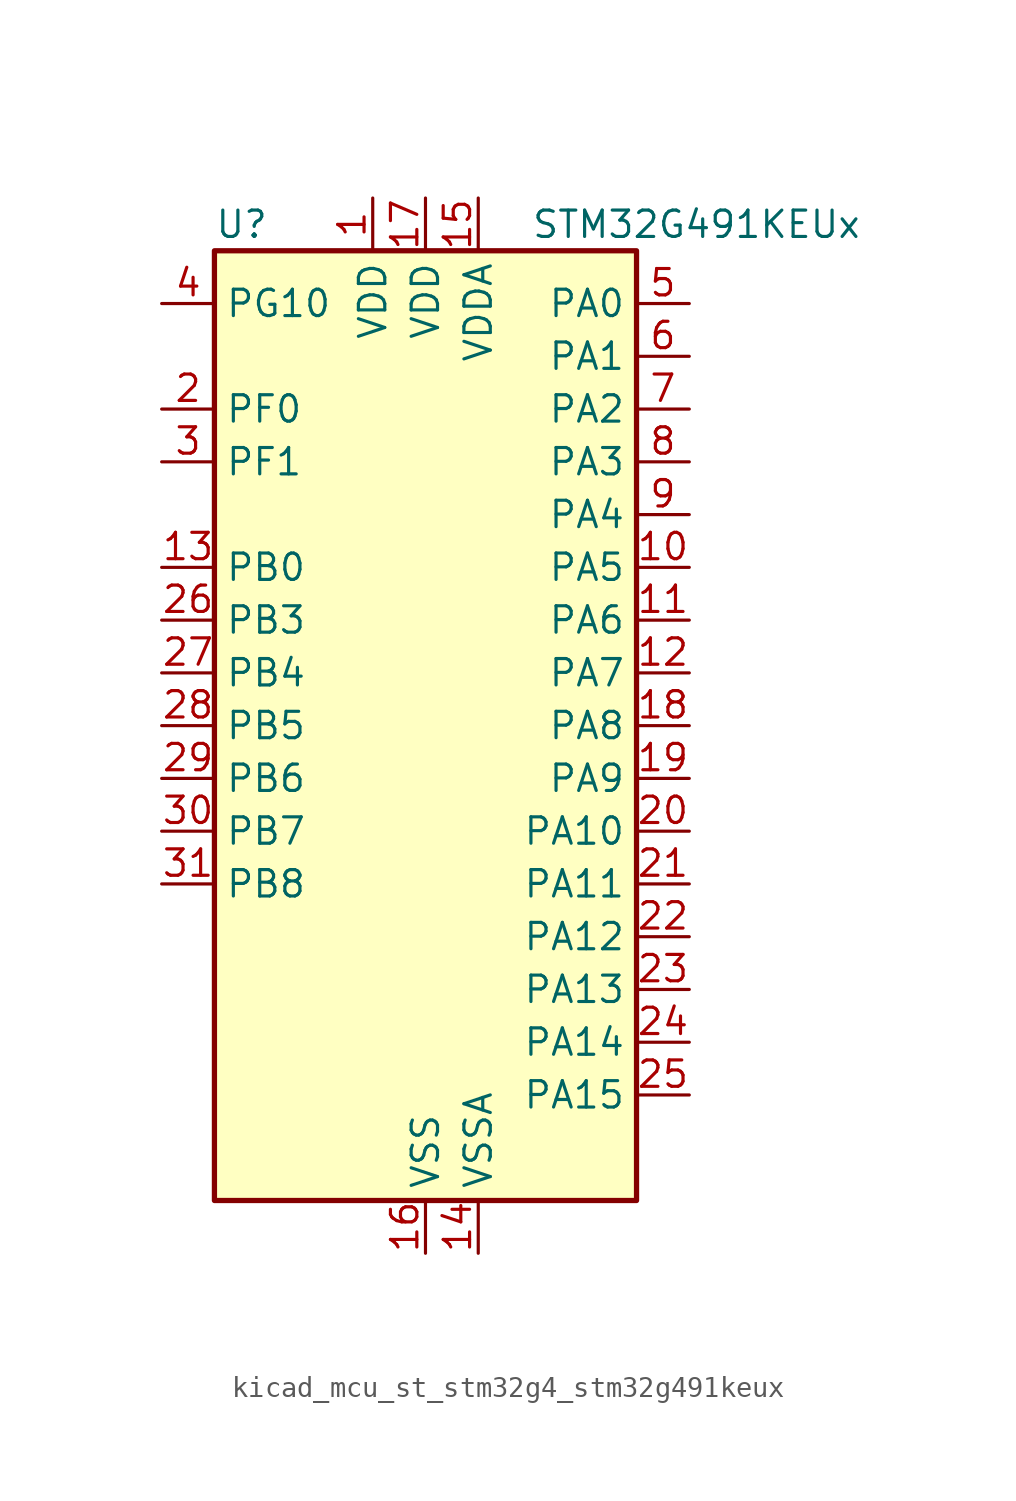
<source format=kicad_sym>
(kicad_symbol_lib
  (version 20220914)
  (generator kicad_symbol_editor)
  (symbol "kicad_mcu_st_stm32g4_stm32g491keux"
    (property "Reference" "U"
      (at -10.16 24.13 0)
      (effects (font (size 1.27 1.27)) (justify left)))
    (property "Value" "STM32G491KEUx"
      (at 5.08 24.13 0)
      (effects (font (size 1.27 1.27)) (justify left)))
    (property "ki_locked" ""
      (at 0 0 0)
      (effects (font (size 1.27 1.27))))
    (symbol "kicad_mcu_st_stm32g4_stm32g491keux_0_1"
      (rectangle (start -10.16 -22.86) (end 10.16 22.86) (stroke (width 0.254) (type default)) (fill (type background))))
    (symbol "kicad_mcu_st_stm32g4_stm32g491keux_1_1"
      (pin power_in line (at -2.54 25.4 270) (length 2.54) (name "VDD" (effects (font (size 1.27 1.27)))) (number "1" (effects (font (size 1.27 1.27)))))
      (pin bidirectional line (at 12.7 7.62 180) (length 2.54) (name "PA5" (effects (font (size 1.27 1.27)))) (number "10" (effects (font (size 1.27 1.27)))) (alternate "ADC2_IN13" bidirectional line) (alternate "COMP2_INM" bidirectional line) (alternate "DAC1_OUT2" bidirectional line) (alternate "OPAMP2_VINM" bidirectional line) (alternate "OPAMP2_VINM0" bidirectional line) (alternate "OPAMP2_VINM_SEC" bidirectional line) (alternate "SPI1_SCK" bidirectional line) (alternate "TIM2_CH1" bidirectional line) (alternate "TIM2_ETR" bidirectional line) (alternate "UCPD1_FRSTX1" bidirectional line) (alternate "UCPD1_FRSTX2" bidirectional line))
      (pin bidirectional line (at 12.7 5.08 180) (length 2.54) (name "PA6" (effects (font (size 1.27 1.27)))) (number "11" (effects (font (size 1.27 1.27)))) (alternate "ADC2_IN3" bidirectional line) (alternate "COMP1_OUT" bidirectional line) (alternate "LPUART1_CTS" bidirectional line) (alternate "OPAMP2_VOUT" bidirectional line) (alternate "QUADSPI1_BK1_IO3" bidirectional line) (alternate "SPI1_MISO" bidirectional line) (alternate "TIM16_CH1" bidirectional line) (alternate "TIM1_BKIN" bidirectional line) (alternate "TIM3_CH1" bidirectional line) (alternate "TIM8_BKIN" bidirectional line))
      (pin bidirectional line (at 12.7 2.54 180) (length 2.54) (name "PA7" (effects (font (size 1.27 1.27)))) (number "12" (effects (font (size 1.27 1.27)))) (alternate "ADC2_IN4" bidirectional line) (alternate "COMP2_INP" bidirectional line) (alternate "COMP2_OUT" bidirectional line) (alternate "OPAMP1_VINP" bidirectional line) (alternate "OPAMP1_VINP_SEC" bidirectional line) (alternate "OPAMP2_VINP" bidirectional line) (alternate "OPAMP2_VINP_SEC" bidirectional line) (alternate "QUADSPI1_BK1_IO2" bidirectional line) (alternate "SPI1_MOSI" bidirectional line) (alternate "TIM17_CH1" bidirectional line) (alternate "TIM1_CH1N" bidirectional line) (alternate "TIM3_CH2" bidirectional line) (alternate "TIM8_CH1N" bidirectional line) (alternate "UCPD1_FRSTX1" bidirectional line) (alternate "UCPD1_FRSTX2" bidirectional line))
      (pin bidirectional line (at -12.7 7.62 0) (length 2.54) (name "PB0" (effects (font (size 1.27 1.27)))) (number "13" (effects (font (size 1.27 1.27)))) (alternate "ADC1_IN15" bidirectional line) (alternate "ADC3_IN12" bidirectional line) (alternate "COMP4_INP" bidirectional line) (alternate "OPAMP2_VINP" bidirectional line) (alternate "OPAMP2_VINP_SEC" bidirectional line) (alternate "OPAMP3_VINP" bidirectional line) (alternate "OPAMP3_VINP_SEC" bidirectional line) (alternate "QUADSPI1_BK1_IO1" bidirectional line) (alternate "TIM1_CH2N" bidirectional line) (alternate "TIM3_CH3" bidirectional line) (alternate "TIM8_CH2N" bidirectional line) (alternate "UCPD1_FRSTX1" bidirectional line) (alternate "UCPD1_FRSTX2" bidirectional line))
      (pin power_in line (at 2.54 -25.4 90) (length 2.54) (name "VSSA" (effects (font (size 1.27 1.27)))) (number "14" (effects (font (size 1.27 1.27)))))
      (pin power_in line (at 2.54 25.4 270) (length 2.54) (name "VDDA" (effects (font (size 1.27 1.27)))) (number "15" (effects (font (size 1.27 1.27)))))
      (pin power_in line (at 0 -25.4 90) (length 2.54) (name "VSS" (effects (font (size 1.27 1.27)))) (number "16" (effects (font (size 1.27 1.27)))))
      (pin power_in line (at 0 25.4 270) (length 2.54) (name "VDD" (effects (font (size 1.27 1.27)))) (number "17" (effects (font (size 1.27 1.27)))))
      (pin bidirectional line (at 12.7 0 180) (length 2.54) (name "PA8" (effects (font (size 1.27 1.27)))) (number "18" (effects (font (size 1.27 1.27)))) (alternate "I2C2_SDA" bidirectional line) (alternate "I2C3_SCL" bidirectional line) (alternate "I2S2_MCK" bidirectional line) (alternate "RCC_MCO" bidirectional line) (alternate "SAI1_CK2" bidirectional line) (alternate "SAI1_SCK_A" bidirectional line) (alternate "TIM1_CH1" bidirectional line) (alternate "TIM4_ETR" bidirectional line) (alternate "USART1_CK" bidirectional line))
      (pin bidirectional line (at 12.7 -2.54 180) (length 2.54) (name "PA9" (effects (font (size 1.27 1.27)))) (number "19" (effects (font (size 1.27 1.27)))) (alternate "DAC1_EXTI9" bidirectional line) (alternate "DAC3_EXTI9" bidirectional line) (alternate "I2C2_SCL" bidirectional line) (alternate "I2C3_SMBA" bidirectional line) (alternate "I2S3_MCK" bidirectional line) (alternate "SAI1_FS_A" bidirectional line) (alternate "TIM15_BKIN" bidirectional line) (alternate "TIM1_CH2" bidirectional line) (alternate "TIM2_CH3" bidirectional line) (alternate "UCPD1_DBCC1" bidirectional line) (alternate "USART1_TX" bidirectional line))
      (pin bidirectional line (at -12.7 15.24 0) (length 2.54) (name "PF0" (effects (font (size 1.27 1.27)))) (number "2" (effects (font (size 1.27 1.27)))) (alternate "ADC1_IN10" bidirectional line) (alternate "I2C2_SDA" bidirectional line) (alternate "I2S2_WS" bidirectional line) (alternate "RCC_OSC_IN" bidirectional line) (alternate "SPI2_NSS" bidirectional line) (alternate "TIM1_CH3N" bidirectional line))
      (pin bidirectional line (at 12.7 -5.08 180) (length 2.54) (name "PA10" (effects (font (size 1.27 1.27)))) (number "20" (effects (font (size 1.27 1.27)))) (alternate "CRS_SYNC" bidirectional line) (alternate "DAC1_EXTI10" bidirectional line) (alternate "DAC3_EXTI10" bidirectional line) (alternate "I2C2_SMBA" bidirectional line) (alternate "SAI1_D1" bidirectional line) (alternate "SAI1_SD_A" bidirectional line) (alternate "SPI2_MISO" bidirectional line) (alternate "TIM17_BKIN" bidirectional line) (alternate "TIM1_CH3" bidirectional line) (alternate "TIM2_CH4" bidirectional line) (alternate "TIM8_BKIN" bidirectional line) (alternate "UCPD1_DBCC2" bidirectional line) (alternate "USART1_RX" bidirectional line))
      (pin bidirectional line (at 12.7 -7.62 180) (length 2.54) (name "PA11" (effects (font (size 1.27 1.27)))) (number "21" (effects (font (size 1.27 1.27)))) (alternate "ADC1_EXTI11" bidirectional line) (alternate "ADC2_EXTI11" bidirectional line) (alternate "COMP1_OUT" bidirectional line) (alternate "FDCAN1_RX" bidirectional line) (alternate "I2S2_SD" bidirectional line) (alternate "SPI2_MOSI" bidirectional line) (alternate "TIM1_BKIN2" bidirectional line) (alternate "TIM1_CH1N" bidirectional line) (alternate "TIM1_CH4" bidirectional line) (alternate "TIM4_CH1" bidirectional line) (alternate "USART1_CTS" bidirectional line) (alternate "USART1_NSS" bidirectional line) (alternate "USB_DM" bidirectional line))
      (pin bidirectional line (at 12.7 -10.16 180) (length 2.54) (name "PA12" (effects (font (size 1.27 1.27)))) (number "22" (effects (font (size 1.27 1.27)))) (alternate "COMP2_OUT" bidirectional line) (alternate "FDCAN1_TX" bidirectional line) (alternate "I2S_CKIN" bidirectional line) (alternate "TIM16_CH1" bidirectional line) (alternate "TIM1_CH2N" bidirectional line) (alternate "TIM1_ETR" bidirectional line) (alternate "TIM4_CH2" bidirectional line) (alternate "USART1_DE" bidirectional line) (alternate "USART1_RTS" bidirectional line) (alternate "USB_DP" bidirectional line))
      (pin bidirectional line (at 12.7 -12.7 180) (length 2.54) (name "PA13" (effects (font (size 1.27 1.27)))) (number "23" (effects (font (size 1.27 1.27)))) (alternate "I2C1_SCL" bidirectional line) (alternate "IR_OUT" bidirectional line) (alternate "SAI1_SD_B" bidirectional line) (alternate "SYS_JTMS-SWDIO" bidirectional line) (alternate "TIM16_CH1N" bidirectional line) (alternate "TIM4_CH3" bidirectional line))
      (pin bidirectional line (at 12.7 -15.24 180) (length 2.54) (name "PA14" (effects (font (size 1.27 1.27)))) (number "24" (effects (font (size 1.27 1.27)))) (alternate "I2C1_SDA" bidirectional line) (alternate "LPTIM1_OUT" bidirectional line) (alternate "SAI1_FS_B" bidirectional line) (alternate "SYS_JTCK-SWCLK" bidirectional line) (alternate "TIM1_BKIN" bidirectional line) (alternate "TIM8_CH2" bidirectional line) (alternate "USART2_TX" bidirectional line))
      (pin bidirectional line (at 12.7 -17.78 180) (length 2.54) (name "PA15" (effects (font (size 1.27 1.27)))) (number "25" (effects (font (size 1.27 1.27)))) (alternate "ADC1_EXTI15" bidirectional line) (alternate "ADC2_EXTI15" bidirectional line) (alternate "I2C1_SCL" bidirectional line) (alternate "I2S3_WS" bidirectional line) (alternate "SPI1_NSS" bidirectional line) (alternate "SPI3_NSS" bidirectional line) (alternate "SYS_JTDI" bidirectional line) (alternate "TIM1_BKIN" bidirectional line) (alternate "TIM20_ETR" bidirectional line) (alternate "TIM2_CH1" bidirectional line) (alternate "TIM2_ETR" bidirectional line) (alternate "TIM8_CH1" bidirectional line) (alternate "USART2_RX" bidirectional line))
      (pin bidirectional line (at -12.7 5.08 0) (length 2.54) (name "PB3" (effects (font (size 1.27 1.27)))) (number "26" (effects (font (size 1.27 1.27)))) (alternate "ADC3_EXTI3" bidirectional line) (alternate "CRS_SYNC" bidirectional line) (alternate "I2S3_CK" bidirectional line) (alternate "SAI1_SCK_B" bidirectional line) (alternate "SPI1_SCK" bidirectional line) (alternate "SPI3_SCK" bidirectional line) (alternate "SYS_JTDO-SWO" bidirectional line) (alternate "TIM2_CH2" bidirectional line) (alternate "TIM3_ETR" bidirectional line) (alternate "TIM4_ETR" bidirectional line) (alternate "TIM8_CH1N" bidirectional line) (alternate "USART2_TX" bidirectional line))
      (pin bidirectional line (at -12.7 2.54 0) (length 2.54) (name "PB4" (effects (font (size 1.27 1.27)))) (number "27" (effects (font (size 1.27 1.27)))) (alternate "SAI1_MCLK_B" bidirectional line) (alternate "SPI1_MISO" bidirectional line) (alternate "SPI3_MISO" bidirectional line) (alternate "SYS_JTRST" bidirectional line) (alternate "TIM16_CH1" bidirectional line) (alternate "TIM17_BKIN" bidirectional line) (alternate "TIM3_CH1" bidirectional line) (alternate "TIM8_CH2N" bidirectional line) (alternate "UCPD1_CC2" bidirectional line) (alternate "USART2_RX" bidirectional line))
      (pin bidirectional line (at -12.7 0 0) (length 2.54) (name "PB5" (effects (font (size 1.27 1.27)))) (number "28" (effects (font (size 1.27 1.27)))) (alternate "FDCAN2_RX" bidirectional line) (alternate "I2C1_SMBA" bidirectional line) (alternate "I2C3_SDA" bidirectional line) (alternate "I2S3_SD" bidirectional line) (alternate "LPTIM1_IN1" bidirectional line) (alternate "SAI1_SD_B" bidirectional line) (alternate "SPI1_MOSI" bidirectional line) (alternate "SPI3_MOSI" bidirectional line) (alternate "TIM16_BKIN" bidirectional line) (alternate "TIM17_CH1" bidirectional line) (alternate "TIM3_CH2" bidirectional line) (alternate "TIM8_CH3N" bidirectional line) (alternate "USART2_CK" bidirectional line))
      (pin bidirectional line (at -12.7 -2.54 0) (length 2.54) (name "PB6" (effects (font (size 1.27 1.27)))) (number "29" (effects (font (size 1.27 1.27)))) (alternate "COMP4_OUT" bidirectional line) (alternate "FDCAN2_TX" bidirectional line) (alternate "LPTIM1_ETR" bidirectional line) (alternate "SAI1_FS_B" bidirectional line) (alternate "TIM16_CH1N" bidirectional line) (alternate "TIM4_CH1" bidirectional line) (alternate "TIM8_BKIN2" bidirectional line) (alternate "TIM8_CH1" bidirectional line) (alternate "TIM8_ETR" bidirectional line) (alternate "UCPD1_CC1" bidirectional line) (alternate "USART1_TX" bidirectional line))
      (pin bidirectional line (at -12.7 12.7 0) (length 2.54) (name "PF1" (effects (font (size 1.27 1.27)))) (number "3" (effects (font (size 1.27 1.27)))) (alternate "ADC2_IN10" bidirectional line) (alternate "COMP3_INM" bidirectional line) (alternate "I2S2_CK" bidirectional line) (alternate "RCC_OSC_OUT" bidirectional line) (alternate "SPI2_SCK" bidirectional line))
      (pin bidirectional line (at -12.7 -5.08 0) (length 2.54) (name "PB7" (effects (font (size 1.27 1.27)))) (number "30" (effects (font (size 1.27 1.27)))) (alternate "COMP3_OUT" bidirectional line) (alternate "I2C1_SDA" bidirectional line) (alternate "LPTIM1_IN2" bidirectional line) (alternate "SYS_PVD_IN" bidirectional line) (alternate "TIM17_CH1N" bidirectional line) (alternate "TIM3_CH4" bidirectional line) (alternate "TIM4_CH2" bidirectional line) (alternate "TIM8_BKIN" bidirectional line) (alternate "USART1_RX" bidirectional line))
      (pin bidirectional line (at -12.7 -7.62 0) (length 2.54) (name "PB8" (effects (font (size 1.27 1.27)))) (number "31" (effects (font (size 1.27 1.27)))) (alternate "COMP1_OUT" bidirectional line) (alternate "FDCAN1_RX" bidirectional line) (alternate "I2C1_SCL" bidirectional line) (alternate "SAI1_CK1" bidirectional line) (alternate "SAI1_MCLK_A" bidirectional line) (alternate "TIM16_CH1" bidirectional line) (alternate "TIM1_BKIN" bidirectional line) (alternate "TIM4_CH3" bidirectional line) (alternate "TIM8_CH2" bidirectional line))
      (pin passive line (at 0 -25.4 90) (length 2.54) hide (name "VSS" (effects (font (size 1.27 1.27)))) (number "32" (effects (font (size 1.27 1.27)))))
      (pin passive line (at 0 -25.4 90) (length 2.54) hide (name "VSS" (effects (font (size 1.27 1.27)))) (number "33" (effects (font (size 1.27 1.27)))))
      (pin bidirectional line (at -12.7 20.32 0) (length 2.54) (name "PG10" (effects (font (size 1.27 1.27)))) (number "4" (effects (font (size 1.27 1.27)))) (alternate "DAC1_EXTI10" bidirectional line) (alternate "DAC3_EXTI10" bidirectional line) (alternate "RCC_MCO" bidirectional line))
      (pin bidirectional line (at 12.7 20.32 180) (length 2.54) (name "PA0" (effects (font (size 1.27 1.27)))) (number "5" (effects (font (size 1.27 1.27)))) (alternate "ADC1_IN1" bidirectional line) (alternate "ADC2_IN1" bidirectional line) (alternate "COMP1_INM" bidirectional line) (alternate "COMP1_OUT" bidirectional line) (alternate "COMP3_INP" bidirectional line) (alternate "RTC_TAMP2" bidirectional line) (alternate "SYS_WKUP1" bidirectional line) (alternate "TIM2_CH1" bidirectional line) (alternate "TIM2_ETR" bidirectional line) (alternate "TIM8_BKIN" bidirectional line) (alternate "TIM8_ETR" bidirectional line) (alternate "USART2_CTS" bidirectional line) (alternate "USART2_NSS" bidirectional line))
      (pin bidirectional line (at 12.7 17.78 180) (length 2.54) (name "PA1" (effects (font (size 1.27 1.27)))) (number "6" (effects (font (size 1.27 1.27)))) (alternate "ADC1_IN2" bidirectional line) (alternate "ADC2_IN2" bidirectional line) (alternate "COMP1_INP" bidirectional line) (alternate "OPAMP1_VINP" bidirectional line) (alternate "OPAMP1_VINP_SEC" bidirectional line) (alternate "OPAMP3_VINP" bidirectional line) (alternate "OPAMP3_VINP_SEC" bidirectional line) (alternate "OPAMP6_VINM" bidirectional line) (alternate "OPAMP6_VINM0" bidirectional line) (alternate "OPAMP6_VINM_SEC" bidirectional line) (alternate "RTC_REFIN" bidirectional line) (alternate "TIM15_CH1N" bidirectional line) (alternate "TIM2_CH2" bidirectional line) (alternate "USART2_DE" bidirectional line) (alternate "USART2_RTS" bidirectional line))
      (pin bidirectional line (at 12.7 15.24 180) (length 2.54) (name "PA2" (effects (font (size 1.27 1.27)))) (number "7" (effects (font (size 1.27 1.27)))) (alternate "ADC1_IN3" bidirectional line) (alternate "ADC3_EXTI2" bidirectional line) (alternate "COMP2_INM" bidirectional line) (alternate "COMP2_OUT" bidirectional line) (alternate "LPUART1_TX" bidirectional line) (alternate "OPAMP1_VOUT" bidirectional line) (alternate "QUADSPI1_BK1_NCS" bidirectional line) (alternate "RCC_LSCO" bidirectional line) (alternate "SYS_WKUP4" bidirectional line) (alternate "TIM15_CH1" bidirectional line) (alternate "TIM2_CH3" bidirectional line) (alternate "UCPD1_FRSTX1" bidirectional line) (alternate "UCPD1_FRSTX2" bidirectional line) (alternate "USART2_TX" bidirectional line))
      (pin bidirectional line (at 12.7 12.7 180) (length 2.54) (name "PA3" (effects (font (size 1.27 1.27)))) (number "8" (effects (font (size 1.27 1.27)))) (alternate "ADC1_IN4" bidirectional line) (alternate "ADC3_EXTI3" bidirectional line) (alternate "COMP2_INP" bidirectional line) (alternate "LPUART1_RX" bidirectional line) (alternate "OPAMP1_VINM" bidirectional line) (alternate "OPAMP1_VINM0" bidirectional line) (alternate "OPAMP1_VINM_SEC" bidirectional line) (alternate "OPAMP1_VINP" bidirectional line) (alternate "OPAMP1_VINP_SEC" bidirectional line) (alternate "QUADSPI1_CLK" bidirectional line) (alternate "SAI1_CK1" bidirectional line) (alternate "SAI1_MCLK_A" bidirectional line) (alternate "TIM15_CH2" bidirectional line) (alternate "TIM2_CH4" bidirectional line) (alternate "USART2_RX" bidirectional line))
      (pin bidirectional line (at 12.7 10.16 180) (length 2.54) (name "PA4" (effects (font (size 1.27 1.27)))) (number "9" (effects (font (size 1.27 1.27)))) (alternate "ADC2_IN17" bidirectional line) (alternate "COMP1_INM" bidirectional line) (alternate "DAC1_OUT1" bidirectional line) (alternate "I2S3_WS" bidirectional line) (alternate "SAI1_FS_B" bidirectional line) (alternate "SPI1_NSS" bidirectional line) (alternate "SPI3_NSS" bidirectional line) (alternate "TIM3_CH2" bidirectional line) (alternate "USART2_CK" bidirectional line)))))
</source>
